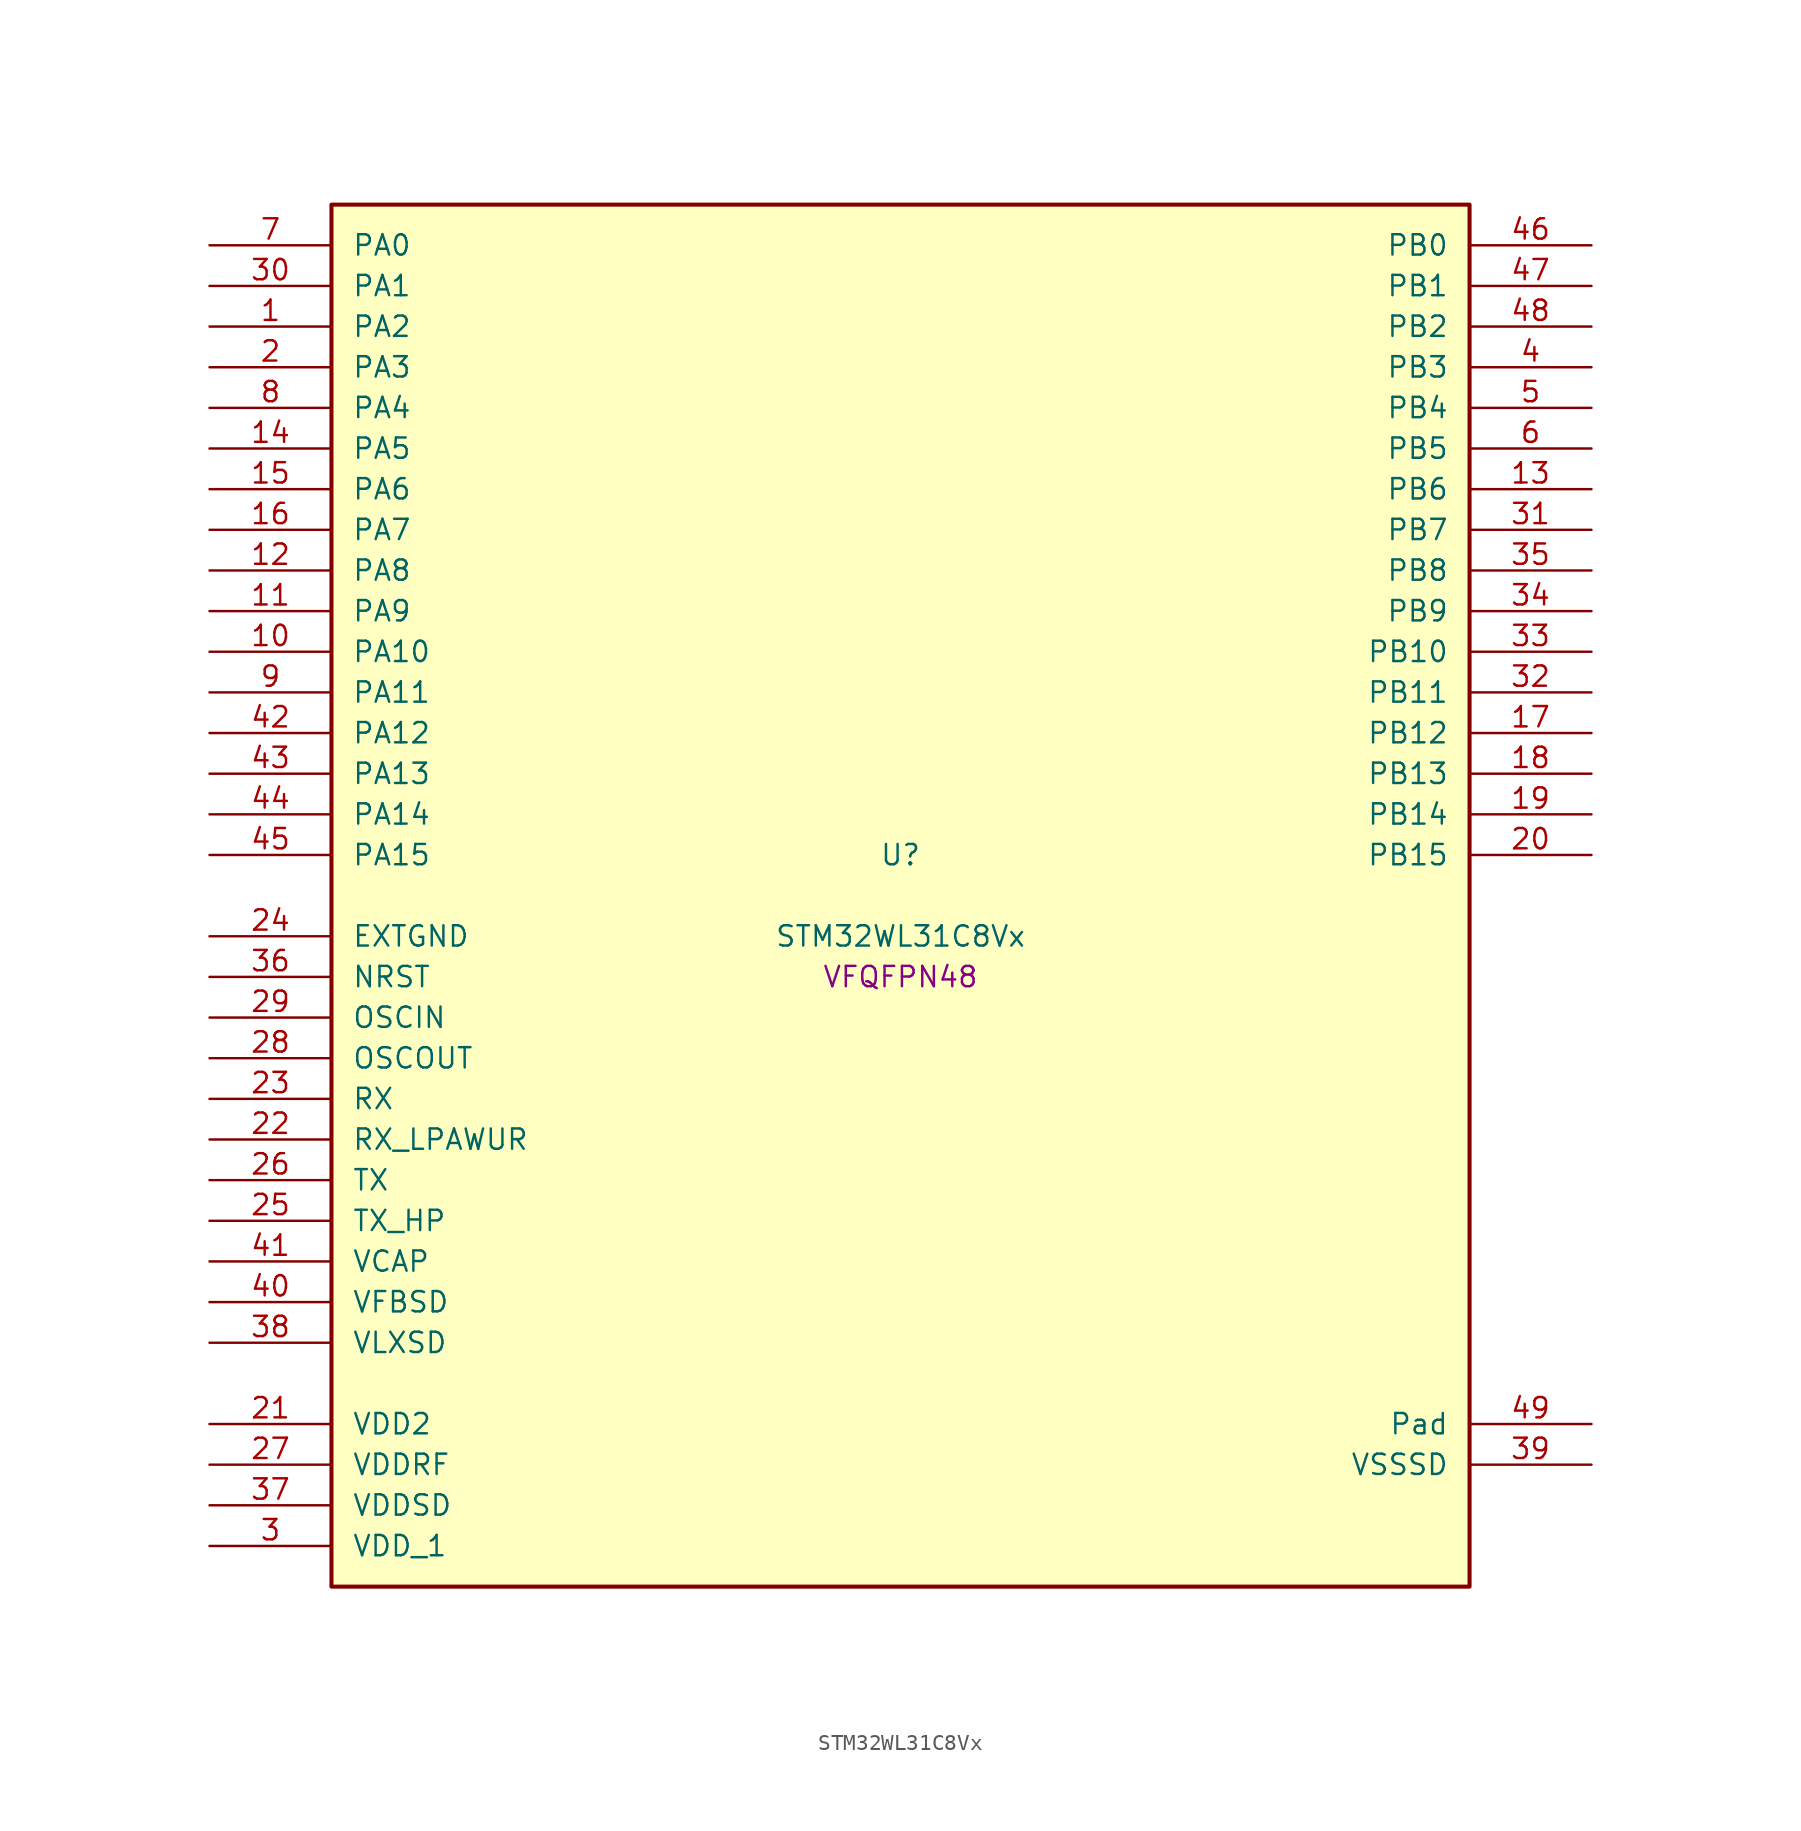
<source format=kicad_sym>
(kicad_symbol_lib
  (version 20241209)
  (generator "stm32_pkl_generator")
  (generator_version "1.0")
  (symbol "STM32WL31C8Vx"
    (pin_names
      (offset 1.27))
    (property "Reference" "U"
      (at 0 2.54 0))
    (property "Value" "STM32WL31C8Vx"
      (at 0 -2.54 0))
    (property "Footprint" "VFQFPN48"
      (at 0 -5.08 0))
    (symbol "STM32WL31C8Vx_1_1"
      (rectangle (start -35.56 43.18) (end 35.56 -43.18) (stroke (width 0.254) (type solid)) (fill (type background)))
      (pin bidirectional line (at -43.18 40.64 0) (length 7.62) (name "PA0") (number "7") (alternate "PA0/I2C1_SCL" bidirectional line) (alternate "PA0/PWR_WKUP12" bidirectional line) (alternate "PA0/TIM2_CH3" bidirectional line) (alternate "PA0/USART1_CTS" bidirectional line))
      (pin bidirectional line (at -43.18 38.1 0) (length 7.62) (name "PA1") (number "30") (alternate "PA1/I2C1_SDA" bidirectional line) (alternate "PA1/PWR_WKUP13" bidirectional line) (alternate "PA1/TIM16_BRK" bidirectional line) (alternate "PA1/TIM2_CH4" bidirectional line) (alternate "PA1/USART1_TX" bidirectional line))
      (pin bidirectional line (at -43.18 35.56 0) (length 7.62) (name "PA2") (number "1") (alternate "PA2/ADC1_VINM2" bidirectional line) (alternate "PA2/DEBUG_SWDIO" bidirectional line) (alternate "PA2/PWR_WKUP14" bidirectional line) (alternate "PA2/TIM16_CH1" bidirectional line) (alternate "PA2/TIM2_CH1" bidirectional line) (alternate "PA2/USART1_CK" bidirectional line))
      (pin bidirectional line (at -43.18 33.02 0) (length 7.62) (name "PA3") (number "2") (alternate "PA3/ADC1_VINP2" bidirectional line) (alternate "PA3/DEBUG_SWCLK" bidirectional line) (alternate "PA3/PWR_WKUP15" bidirectional line) (alternate "PA3/SPI3_SCK" bidirectional line) (alternate "PA3/TIM16_CH1N" bidirectional line) (alternate "PA3/TIM2_CH2" bidirectional line) (alternate "PA3/USART1_DE" bidirectional line) (alternate "PA3/USART1_RTS" bidirectional line))
      (pin bidirectional line (at -43.18 30.48 0) (length 7.62) (name "PA4") (number "8") (alternate "PA4/LPUART1_TX" bidirectional line) (alternate "PA4/RCC_LCO" bidirectional line) (alternate "PA4/TIM2_CH1" bidirectional line))
      (pin bidirectional line (at -43.18 27.94 0) (length 7.62) (name "PA5") (number "14") (alternate "PA5/LPUART1_RX" bidirectional line) (alternate "PA5/RCC_MCO" bidirectional line) (alternate "PA5/TIM2_CH2" bidirectional line))
      (pin bidirectional line (at -43.18 25.4 0) (length 7.62) (name "PA6") (number "15") (alternate "PA6/TIM2_CH1" bidirectional line) (alternate "PA6/USART1_CTS" bidirectional line))
      (pin bidirectional line (at -43.18 22.86 0) (length 7.62) (name "PA7") (number "16") (alternate "PA7/LPUART1_DE" bidirectional line) (alternate "PA7/LPUART1_RTS" bidirectional line) (alternate "PA7/PWR_WKUP7" bidirectional line) (alternate "PA7/TIM2_CH2" bidirectional line))
      (pin bidirectional line (at -43.18 20.32 0) (length 7.62) (name "PA8") (number "12") (alternate "PA8/MRSUBG_RX_SEQUENCE" bidirectional line) (alternate "PA8/PWR_WKUP8" bidirectional line) (alternate "PA8/RTC_OUT" bidirectional line) (alternate "PA8/RTC_TAMP1" bidirectional line) (alternate "PA8/RTC_TS" bidirectional line) (alternate "PA8/SPI3_MISO" bidirectional line) (alternate "PA8/TIM2_CH3" bidirectional line) (alternate "PA8/USART1_RX" bidirectional line))
      (pin bidirectional line (at -43.18 17.78 0) (length 7.62) (name "PA9") (number "11") (alternate "PA9/PWR_WKUP9" bidirectional line) (alternate "PA9/RTC_OUT" bidirectional line) (alternate "PA9/SPI3_NSS" bidirectional line) (alternate "PA9/TIM2_CH4" bidirectional line) (alternate "PA9/USART1_TX" bidirectional line))
      (pin bidirectional line (at -43.18 15.24 0) (length 7.62) (name "PA10") (number "10") (alternate "PA10/LPUART1_CTS" bidirectional line) (alternate "PA10/MRSUBG_TX_DATA" bidirectional line) (alternate "PA10/MRSUBG_TX_SEQUENCE" bidirectional line) (alternate "PA10/PWR_WKUP10" bidirectional line))
      (pin bidirectional line (at -43.18 12.7 0) (length 7.62) (name "PA11") (number "9") (alternate "PA11/MRSUBG_RX_SEQUENCE" bidirectional line) (alternate "PA11/MRSUBG_TX_CLOCK" bidirectional line) (alternate "PA11/PWR_WKUP11" bidirectional line) (alternate "PA11/RCC_MCO" bidirectional line) (alternate "PA11/SPI3_MOSI" bidirectional line))
      (pin bidirectional line (at -43.18 10.16 0) (length 7.62) (name "PA12") (number "42") (alternate "PA12/DEBUG_SWDIO" bidirectional line) (alternate "PA12/I2C1_SMBA" bidirectional line) (alternate "PA12/SPI1_NSS" bidirectional line) (alternate "PA12/TIM2_CH1" bidirectional line))
      (pin bidirectional line (at -43.18 7.62 0) (length 7.62) (name "PA13") (number "43") (alternate "PA13/DEBUG_SWCLK" bidirectional line) (alternate "PA13/SPI1_SCK" bidirectional line) (alternate "PA13/TIM2_ETR" bidirectional line))
      (pin bidirectional line (at -43.18 5.08 0) (length 7.62) (name "PA14") (number "44") (alternate "PA14/LCSC_LCB" bidirectional line) (alternate "PA14/SPI1_MISO" bidirectional line))
      (pin bidirectional line (at -43.18 2.54 0) (length 7.62) (name "PA15") (number "45") (alternate "PA15/SPI1_MOSI" bidirectional line) (alternate "PA15/USART1_RX" bidirectional line))
      (pin bidirectional line (at 43.18 40.64 180) (length 7.62) (name "PB0") (number "46") (alternate "PB0/ADC1_VINM1" bidirectional line) (alternate "PB0/LPUART1_DE" bidirectional line) (alternate "PB0/LPUART1_RTS" bidirectional line) (alternate "PB0/MRSUBG_ANTENNA_SWITCH" bidirectional line) (alternate "PB0/PWR_WKUP0" bidirectional line) (alternate "PB0/SPI1_NSS" bidirectional line) (alternate "PB0/TIM16_CH1" bidirectional line) (alternate "PB0/USART1_RX" bidirectional line))
      (pin bidirectional line (at 43.18 38.1 180) (length 7.62) (name "PB1") (number "47") (alternate "PB1/ADC1_VINP1" bidirectional line) (alternate "PB1/DEBUG_SWDIO" bidirectional line) (alternate "PB1/MRSUBG_RX_DATA" bidirectional line) (alternate "PB1/PWR_WKUP1" bidirectional line) (alternate "PB1/SPI1_SCK" bidirectional line) (alternate "PB1/TIM16_CH1N" bidirectional line) (alternate "PB1/USART1_CK" bidirectional line))
      (pin bidirectional line (at 43.18 35.56 180) (length 7.62) (name "PB2") (number "48") (alternate "PB2/ADC1_VINM0" bidirectional line) (alternate "PB2/DEBUG_SWCLK" bidirectional line) (alternate "PB2/MRSUBG_RX_CLOCK" bidirectional line) (alternate "PB2/PWR_WKUP2" bidirectional line) (alternate "PB2/SPI1_MISO" bidirectional line) (alternate "PB2/TIM16_BRK" bidirectional line) (alternate "PB2/USART1_DE" bidirectional line) (alternate "PB2/USART1_RTS" bidirectional line))
      (pin bidirectional line (at 43.18 33.02 180) (length 7.62) (name "PB3") (number "4") (alternate "PB3/ADC1_VINP0" bidirectional line) (alternate "PB3/LPUART1_TX" bidirectional line) (alternate "PB3/PWR_WKUP3" bidirectional line) (alternate "PB3/SPI1_MOSI" bidirectional line) (alternate "PB3/TIM2_CH4" bidirectional line) (alternate "PB3/USART1_CTS" bidirectional line))
      (pin bidirectional line (at 43.18 30.48 180) (length 7.62) (name "PB4") (number "5") (alternate "PB4/ADC1_VINM3" bidirectional line) (alternate "PB4/DAC1_VCMBUFF" bidirectional line) (alternate "PB4/LPUART1_TX" bidirectional line) (alternate "PB4/PWR_WKUP4" bidirectional line) (alternate "PB4/SPI3_MISO" bidirectional line))
      (pin bidirectional line (at 43.18 27.94 180) (length 7.62) (name "PB5") (number "6") (alternate "PB5/ADC1_VINP3" bidirectional line) (alternate "PB5/LPUART1_RX" bidirectional line) (alternate "PB5/PWR_WKUP5" bidirectional line) (alternate "PB5/SPI3_NSS" bidirectional line))
      (pin bidirectional line (at 43.18 25.4 180) (length 7.62) (name "PB6") (number "13") (alternate "PB6/I2C1_SCL" bidirectional line) (alternate "PB6/LPUART1_TX" bidirectional line) (alternate "PB6/PWR_WKUP6" bidirectional line) (alternate "PB6/SPI3_SCK" bidirectional line) (alternate "PB6/TIM2_CH3" bidirectional line))
      (pin bidirectional line (at 43.18 22.86 180) (length 7.62) (name "PB7") (number "31") (alternate "PB7/I2C1_SDA" bidirectional line) (alternate "PB7/LPUART1_RX" bidirectional line) (alternate "PB7/PWR_WKUP7" bidirectional line) (alternate "PB7/SPI3_MOSI" bidirectional line) (alternate "PB7/TIM2_ETR" bidirectional line))
      (pin bidirectional line (at 43.18 20.32 180) (length 7.62) (name "PB8") (number "35") (alternate "PB8/LPUART1_RX" bidirectional line) (alternate "PB8/SPI1_MISO" bidirectional line) (alternate "PB8/TIM2_CH4" bidirectional line) (alternate "PB8/USART1_CK" bidirectional line))
      (pin bidirectional line (at 43.18 17.78 180) (length 7.62) (name "PB9") (number "34") (alternate "PB9/LPUART1_CTS" bidirectional line) (alternate "PB9/SPI1_MOSI" bidirectional line) (alternate "PB9/USART1_TX" bidirectional line))
      (pin bidirectional line (at 43.18 15.24 180) (length 7.62) (name "PB10") (number "33") (alternate "PB10/I2C1_SDA" bidirectional line) (alternate "PB10/SPI1_NSS" bidirectional line) (alternate "PB10/TIM2_CH2" bidirectional line))
      (pin bidirectional line (at 43.18 12.7 180) (length 7.62) (name "PB11") (number "32") (alternate "PB11/I2C1_SCL" bidirectional line) (alternate "PB11/SPI1_SCK" bidirectional line) (alternate "PB11/TIM2_CH1" bidirectional line) (alternate "PB11/USART1_DE" bidirectional line) (alternate "PB11/USART1_RTS" bidirectional line))
      (pin bidirectional line (at 43.18 10.16 180) (length 7.62) (name "PB12") (number "17") (alternate "PB12/LPUART1_CTS" bidirectional line) (alternate "PB12/RCC_LCO" bidirectional line) (alternate "PB12/RCC_OSC32_OUT" bidirectional line) (alternate "PB12/TIM2_CH3" bidirectional line) (alternate "PB12/USART1_DE" bidirectional line) (alternate "PB12/USART1_RTS" bidirectional line))
      (pin bidirectional line (at 43.18 7.62 180) (length 7.62) (name "PB13") (number "18") (alternate "PB13/RCC_OSC32_IN" bidirectional line) (alternate "PB13/TIM2_CH4" bidirectional line))
      (pin bidirectional line (at 43.18 5.08 180) (length 7.62) (name "PB14") (number "19") (alternate "PB14/I2C1_SMBA" bidirectional line) (alternate "PB14/MRSUBG_TX_SEQUENCE" bidirectional line) (alternate "PB14/PWR_PVD_IN" bidirectional line) (alternate "PB14/RCC_MCO" bidirectional line) (alternate "PB14/TIM2_ETR" bidirectional line) (alternate "PB14/USART1_RX" bidirectional line))
      (pin bidirectional line (at 43.18 2.54 180) (length 7.62) (name "PB15") (number "20") (alternate "PB15/USART1_TX" bidirectional line))
      (pin power_in line (at -43.18 -2.54 0) (length 7.62) (name "EXTGND") (number "24"))
      (pin input line (at -43.18 -5.08 0) (length 7.62) (name "NRST") (number "36"))
      (pin bidirectional line (at -43.18 -7.62 0) (length 7.62) (name "OSCIN") (number "29") (alternate "OSCIN/RCC_OSC_IN" bidirectional line))
      (pin bidirectional line (at -43.18 -10.16 0) (length 7.62) (name "OSCOUT") (number "28") (alternate "OSCOUT/RCC_OSC_OUT" bidirectional line))
      (pin input line (at -43.18 -12.7 0) (length 7.62) (name "RX") (number "23"))
      (pin input line (at -43.18 -15.24 0) (length 7.62) (name "RX_LPAWUR") (number "22"))
      (pin input line (at -43.18 -17.78 0) (length 7.62) (name "TX") (number "26"))
      (pin input line (at -43.18 -20.32 0) (length 7.62) (name "TX_HP") (number "25"))
      (pin power_in line (at -43.18 -22.86 0) (length 7.62) (name "VCAP") (number "41"))
      (pin power_in line (at -43.18 -25.4 0) (length 7.62) (name "VFBSD") (number "40"))
      (pin power_in line (at -43.18 -27.94 0) (length 7.62) (name "VLXSD") (number "38"))
      (pin power_in line (at -43.18 -33.02 0) (length 7.62) (name "VDD2") (number "21"))
      (pin power_in line (at -43.18 -35.56 0) (length 7.62) (name "VDDRF") (number "27"))
      (pin power_in line (at -43.18 -38.1 0) (length 7.62) (name "VDDSD") (number "37"))
      (pin power_in line (at -43.18 -40.64 0) (length 7.62) (name "VDD_1") (number "3"))
      (pin passive line (at 43.18 -33.02 180) (length 7.62) (name "Pad") (number "49"))
      (pin power_in line (at 43.18 -35.56 180) (length 7.62) (name "VSSSD") (number "39")))))
</source>
